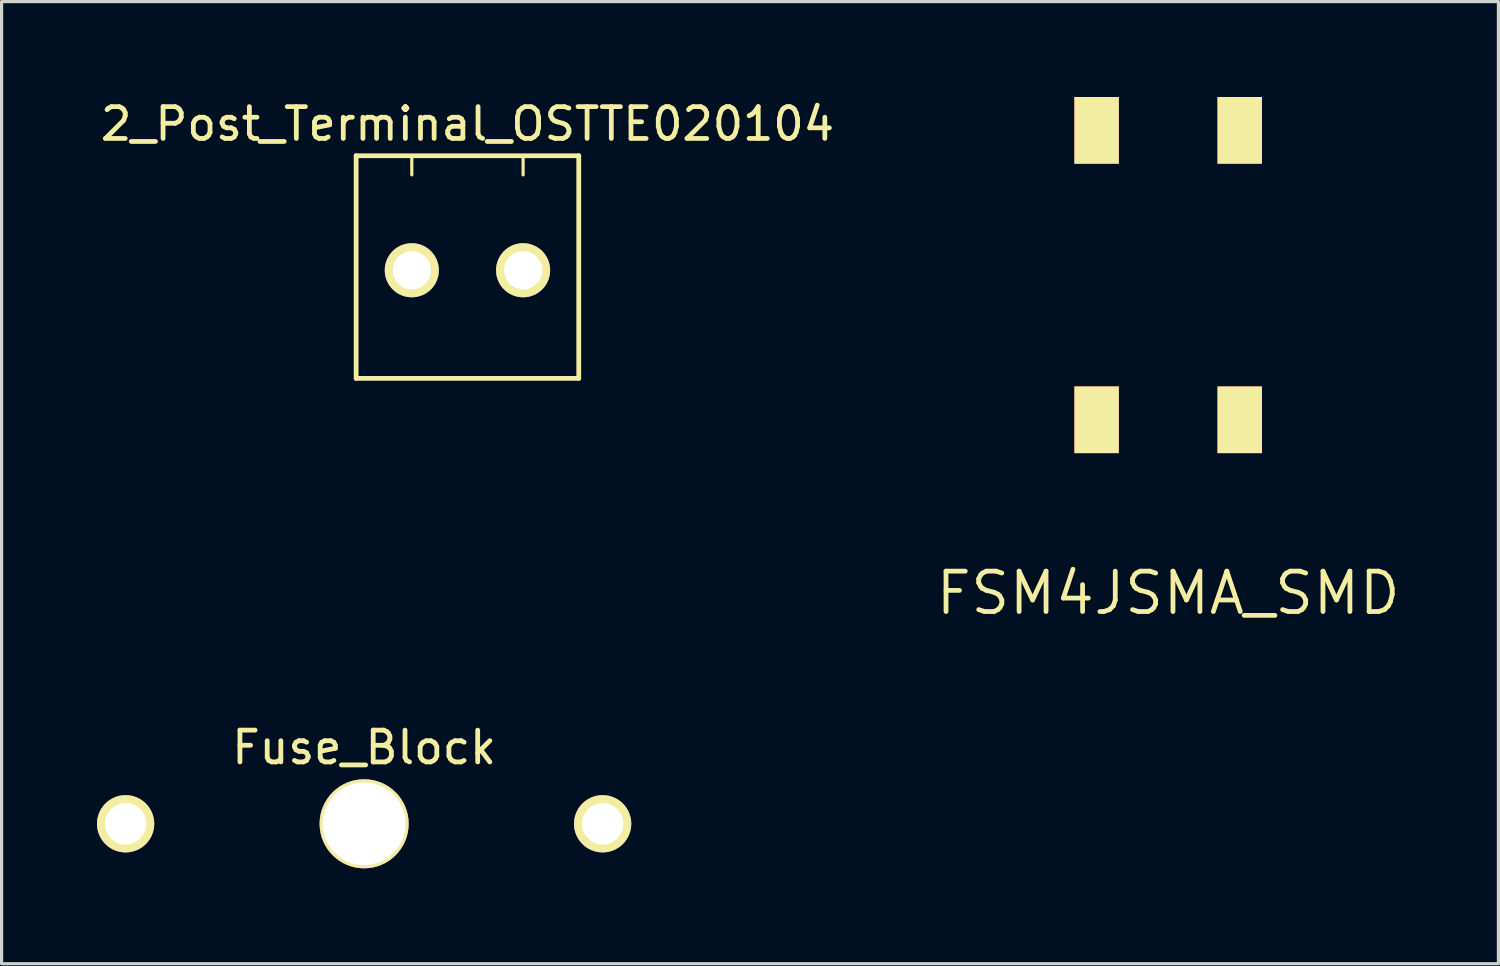
<source format=kicad_pcb>
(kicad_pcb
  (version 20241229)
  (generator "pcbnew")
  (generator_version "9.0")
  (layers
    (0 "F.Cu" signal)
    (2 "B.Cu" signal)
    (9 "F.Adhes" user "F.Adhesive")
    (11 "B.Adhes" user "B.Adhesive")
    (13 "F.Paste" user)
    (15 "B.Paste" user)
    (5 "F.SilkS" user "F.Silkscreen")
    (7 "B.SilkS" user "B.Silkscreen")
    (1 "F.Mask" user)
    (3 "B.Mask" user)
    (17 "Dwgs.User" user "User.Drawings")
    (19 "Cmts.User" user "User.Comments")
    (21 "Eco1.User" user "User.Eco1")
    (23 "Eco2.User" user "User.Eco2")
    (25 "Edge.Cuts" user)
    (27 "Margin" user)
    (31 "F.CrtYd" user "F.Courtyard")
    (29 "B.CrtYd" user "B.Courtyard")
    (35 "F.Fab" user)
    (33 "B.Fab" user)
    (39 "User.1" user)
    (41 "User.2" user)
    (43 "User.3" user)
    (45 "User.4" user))
  (footprint "FSM4JSMA_SMD"
    (layer "F.Cu")
    (at 33.683 5.6)
    (property "Reference" "FSM4JSMA_SMD" (at 0 10 0) (layer "F.SilkS") (effects (font (size 1.27 1.27) (thickness 0.15))))
    (attr through_hole)
    (pad "1" smd rect (at 2.25 4.55) (size 1.4 2.1) (layers "F.Cu" "F.Mask" "F.SilkS" "F.Paste"))
    (pad "2" smd rect (at 2.25 -4.55) (size 1.4 2.1) (layers "F.Cu" "F.Mask" "F.SilkS" "F.Paste"))
    (pad "3" smd rect (at -2.25 4.55) (size 1.4 2.1) (layers "F.Cu" "F.Mask" "F.SilkS" "F.Paste"))
    (pad "4" smd rect (at -2.25 -4.55) (size 1.4 2.1) (layers "F.Cu" "F.Mask" "F.SilkS" "F.Paste")))
  (footprint "2_Post_Terminal_OSTTE020104"
    (layer "F.Cu")
    (at 11.649 5.448)
    (property "Reference" "2_Post_Terminal_OSTTE020104" (at 0 -4.6 0) (layer "F.SilkS") (effects (font (size 1 1) (thickness 0.15))))
    (attr through_hole)
    (fp_line (start -3.5 -3.6) (end 3.5 -3.6) (stroke (width 0.15) (type solid)) (layer "F.SilkS"))
    (fp_line (start -3.5 3.4) (end -3.5 -3.6) (stroke (width 0.15) (type solid)) (layer "F.SilkS"))
    (fp_line (start -1.75 -3) (end -1.75 -3.6) (stroke (width 0.1) (type solid)) (layer "F.SilkS"))
    (fp_line (start 1.75 -3) (end 1.75 -3.6) (stroke (width 0.1) (type solid)) (layer "F.SilkS"))
    (fp_line (start 3.5 -3.6) (end 3.5 3.4) (stroke (width 0.15) (type solid)) (layer "F.SilkS"))
    (fp_line (start 3.5 3.4) (end -3.5 3.4) (stroke (width 0.15) (type solid)) (layer "F.SilkS"))
    (pad "1" thru_hole circle (at -1.75 0) (size 1.7 1.7) (drill 1.2) (layers "*.Cu" "*.Mask" "F.SilkS"))
    (pad "2" thru_hole circle (at 1.75 0) (size 1.7 1.7) (drill 1.2) (layers "*.Cu" "*.Mask" "F.SilkS")))
  (footprint "Fuse_Block"
    (layer "F.Cu")
    (at 8.4 22.854)
    (property "Reference" "Fuse_Block" (at 0 -2.4 0) (layer "F.SilkS") (effects (font (size 1 1) (thickness 0.15))))
    (attr through_hole)
    (pad "1" thru_hole circle (at -7.5 0) (size 1.8 1.8) (drill 1.3) (layers "*.Cu" "*.Mask" "F.SilkS"))
    (pad "2" thru_hole circle (at 7.5 0) (size 1.8 1.8) (drill 1.3) (layers "*.Cu" "*.Mask" "F.SilkS"))
    (pad "3" thru_hole circle (at 0 0) (size 2.8 2.8) (drill 2.6) (layers "*.Cu" "*.Mask" "F.SilkS")))
  (gr_rect
    (start -3 -3)
    (end 44.068 27.254)
    (stroke (width 0.1) (type default))
    (fill no)
    (layer "Edge.Cuts")))
</source>
